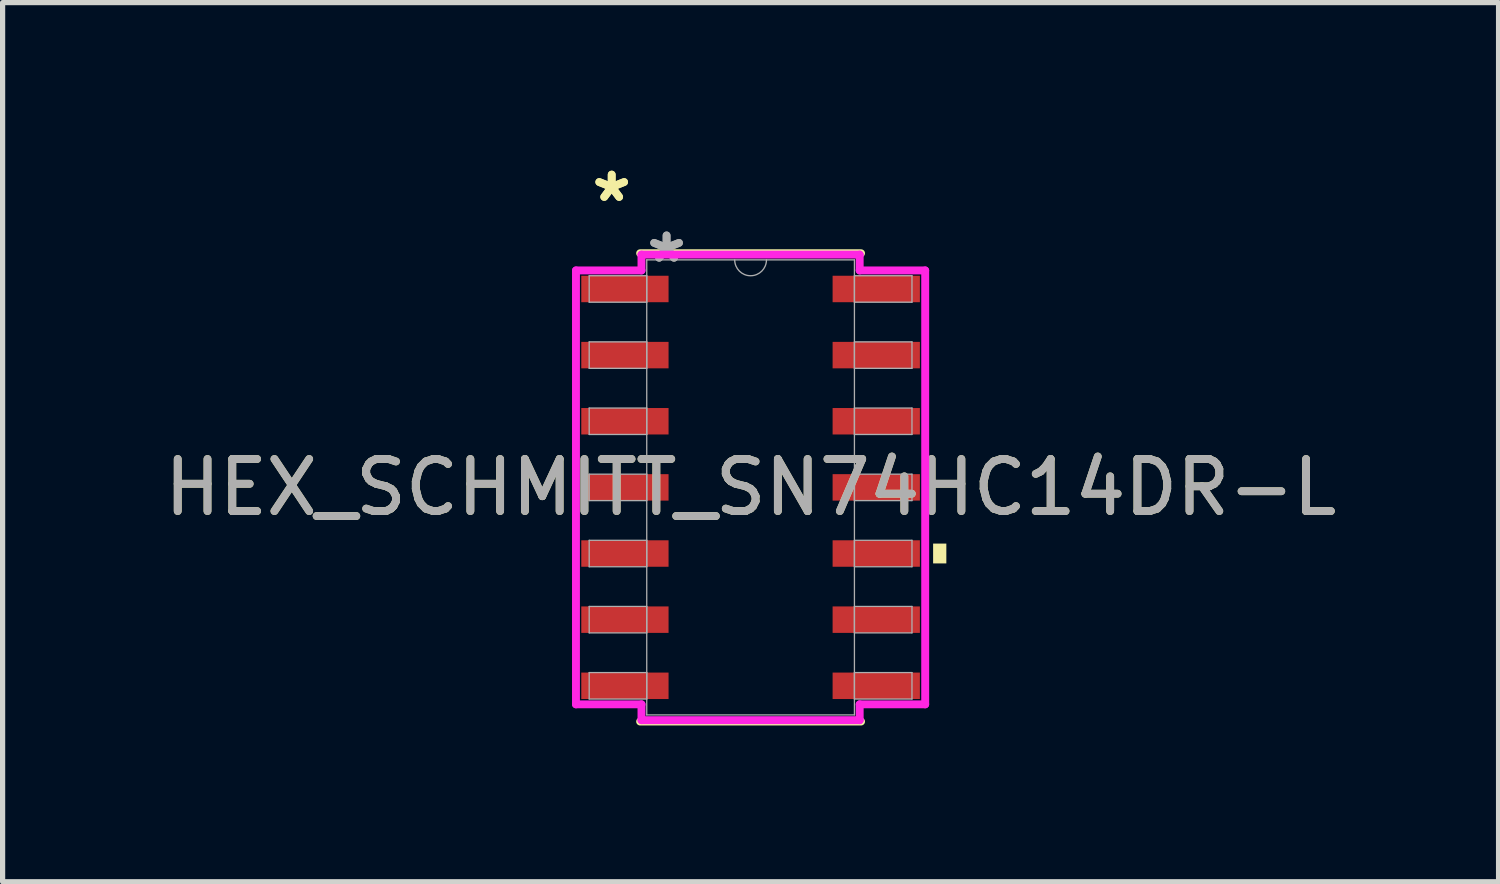
<source format=kicad_pcb>
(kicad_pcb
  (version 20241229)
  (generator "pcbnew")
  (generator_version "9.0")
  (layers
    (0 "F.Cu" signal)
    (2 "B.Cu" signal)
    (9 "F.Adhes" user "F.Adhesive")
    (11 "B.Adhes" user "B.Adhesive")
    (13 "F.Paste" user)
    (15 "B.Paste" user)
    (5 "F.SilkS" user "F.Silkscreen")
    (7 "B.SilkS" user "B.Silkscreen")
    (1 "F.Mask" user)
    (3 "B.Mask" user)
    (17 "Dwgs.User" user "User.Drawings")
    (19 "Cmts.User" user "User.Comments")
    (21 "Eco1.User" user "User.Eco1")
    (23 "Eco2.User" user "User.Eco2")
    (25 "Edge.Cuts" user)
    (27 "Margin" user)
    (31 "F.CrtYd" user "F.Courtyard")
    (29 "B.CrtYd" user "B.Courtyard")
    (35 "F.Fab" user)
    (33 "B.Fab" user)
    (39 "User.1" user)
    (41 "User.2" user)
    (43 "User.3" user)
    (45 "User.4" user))
  (footprint "HEX_SCHMITT_SN74HC14DR-L"
    (layer "F.Cu")
    (at 11.363 6.309)
    (property "Reference" "HEX_SCHMITT_SN74HC14DR-L" (at 0 0 0) (unlocked yes) (layer "F.SilkS") (effects (font (size 1 1) (thickness 0.15))))
    (attr smd)
    (fp_line (start -2.121 4.496) (end 2.121 4.496) (stroke (width 0.152) (type solid)) (layer "F.SilkS"))
    (fp_line (start 2.121 -4.496) (end -2.121 -4.496) (stroke (width 0.152) (type solid)) (layer "F.SilkS"))
    (fp_poly (pts (xy 3.759 1.079) (xy 3.759 1.46) (xy 3.505 1.46) (xy 3.505 1.079)) (stroke (width 0) (type solid)) (fill yes) (layer "F.SilkS"))
    (fp_line (start -3.353 -4.166) (end -2.095 -4.166) (stroke (width 0.152) (type solid)) (layer "F.CrtYd"))
    (fp_line (start -3.353 4.166) (end -3.353 -4.166) (stroke (width 0.152) (type solid)) (layer "F.CrtYd"))
    (fp_line (start -3.353 4.166) (end -2.095 4.166) (stroke (width 0.152) (type solid)) (layer "F.CrtYd"))
    (fp_line (start -2.095 -4.47) (end 2.095 -4.47) (stroke (width 0.152) (type solid)) (layer "F.CrtYd"))
    (fp_line (start -2.095 -4.166) (end -2.095 -4.47) (stroke (width 0.152) (type solid)) (layer "F.CrtYd"))
    (fp_line (start -2.095 4.47) (end -2.095 4.166) (stroke (width 0.152) (type solid)) (layer "F.CrtYd"))
    (fp_line (start 2.095 -4.47) (end 2.095 -4.166) (stroke (width 0.152) (type solid)) (layer "F.CrtYd"))
    (fp_line (start 2.095 4.166) (end 2.095 4.47) (stroke (width 0.152) (type solid)) (layer "F.CrtYd"))
    (fp_line (start 2.095 4.47) (end -2.095 4.47) (stroke (width 0.152) (type solid)) (layer "F.CrtYd"))
    (fp_line (start 3.353 -4.166) (end 2.095 -4.166) (stroke (width 0.152) (type solid)) (layer "F.CrtYd"))
    (fp_line (start 3.353 -4.166) (end 3.353 4.166) (stroke (width 0.152) (type solid)) (layer "F.CrtYd"))
    (fp_line (start 3.353 4.166) (end 2.095 4.166) (stroke (width 0.152) (type solid)) (layer "F.CrtYd"))
    (fp_line (start -3.099 -4.064) (end -3.099 -3.556) (stroke (width 0.025) (type solid)) (layer "F.Fab"))
    (fp_line (start -3.099 -3.556) (end -1.994 -3.556) (stroke (width 0.025) (type solid)) (layer "F.Fab"))
    (fp_line (start -3.099 -2.794) (end -3.099 -2.286) (stroke (width 0.025) (type solid)) (layer "F.Fab"))
    (fp_line (start -3.099 -2.286) (end -1.994 -2.286) (stroke (width 0.025) (type solid)) (layer "F.Fab"))
    (fp_line (start -3.099 -1.524) (end -3.099 -1.016) (stroke (width 0.025) (type solid)) (layer "F.Fab"))
    (fp_line (start -3.099 -1.016) (end -1.994 -1.016) (stroke (width 0.025) (type solid)) (layer "F.Fab"))
    (fp_line (start -3.099 -0.254) (end -3.099 0.254) (stroke (width 0.025) (type solid)) (layer "F.Fab"))
    (fp_line (start -3.099 0.254) (end -1.994 0.254) (stroke (width 0.025) (type solid)) (layer "F.Fab"))
    (fp_line (start -3.099 1.016) (end -3.099 1.524) (stroke (width 0.025) (type solid)) (layer "F.Fab"))
    (fp_line (start -3.099 1.524) (end -1.994 1.524) (stroke (width 0.025) (type solid)) (layer "F.Fab"))
    (fp_line (start -3.099 2.286) (end -3.099 2.794) (stroke (width 0.025) (type solid)) (layer "F.Fab"))
    (fp_line (start -3.099 2.794) (end -1.994 2.794) (stroke (width 0.025) (type solid)) (layer "F.Fab"))
    (fp_line (start -3.099 3.556) (end -3.099 4.064) (stroke (width 0.025) (type solid)) (layer "F.Fab"))
    (fp_line (start -3.099 4.064) (end -1.994 4.064) (stroke (width 0.025) (type solid)) (layer "F.Fab"))
    (fp_line (start -1.994 -4.369) (end -1.994 4.369) (stroke (width 0.025) (type solid)) (layer "F.Fab"))
    (fp_line (start -1.994 -4.064) (end -3.099 -4.064) (stroke (width 0.025) (type solid)) (layer "F.Fab"))
    (fp_line (start -1.994 -3.556) (end -1.994 -4.064) (stroke (width 0.025) (type solid)) (layer "F.Fab"))
    (fp_line (start -1.994 -2.794) (end -3.099 -2.794) (stroke (width 0.025) (type solid)) (layer "F.Fab"))
    (fp_line (start -1.994 -2.286) (end -1.994 -2.794) (stroke (width 0.025) (type solid)) (layer "F.Fab"))
    (fp_line (start -1.994 -1.524) (end -3.099 -1.524) (stroke (width 0.025) (type solid)) (layer "F.Fab"))
    (fp_line (start -1.994 -1.016) (end -1.994 -1.524) (stroke (width 0.025) (type solid)) (layer "F.Fab"))
    (fp_line (start -1.994 -0.254) (end -3.099 -0.254) (stroke (width 0.025) (type solid)) (layer "F.Fab"))
    (fp_line (start -1.994 0.254) (end -1.994 -0.254) (stroke (width 0.025) (type solid)) (layer "F.Fab"))
    (fp_line (start -1.994 1.016) (end -3.099 1.016) (stroke (width 0.025) (type solid)) (layer "F.Fab"))
    (fp_line (start -1.994 1.524) (end -1.994 1.016) (stroke (width 0.025) (type solid)) (layer "F.Fab"))
    (fp_line (start -1.994 2.286) (end -3.099 2.286) (stroke (width 0.025) (type solid)) (layer "F.Fab"))
    (fp_line (start -1.994 2.794) (end -1.994 2.286) (stroke (width 0.025) (type solid)) (layer "F.Fab"))
    (fp_line (start -1.994 3.556) (end -3.099 3.556) (stroke (width 0.025) (type solid)) (layer "F.Fab"))
    (fp_line (start -1.994 4.064) (end -1.994 3.556) (stroke (width 0.025) (type solid)) (layer "F.Fab"))
    (fp_line (start -1.994 4.369) (end 1.994 4.369) (stroke (width 0.025) (type solid)) (layer "F.Fab"))
    (fp_line (start 1.994 -4.369) (end -1.994 -4.369) (stroke (width 0.025) (type solid)) (layer "F.Fab"))
    (fp_line (start 1.994 -4.064) (end 1.994 -3.556) (stroke (width 0.025) (type solid)) (layer "F.Fab"))
    (fp_line (start 1.994 -3.556) (end 3.099 -3.556) (stroke (width 0.025) (type solid)) (layer "F.Fab"))
    (fp_line (start 1.994 -2.794) (end 1.994 -2.286) (stroke (width 0.025) (type solid)) (layer "F.Fab"))
    (fp_line (start 1.994 -2.286) (end 3.099 -2.286) (stroke (width 0.025) (type solid)) (layer "F.Fab"))
    (fp_line (start 1.994 -1.524) (end 1.994 -1.016) (stroke (width 0.025) (type solid)) (layer "F.Fab"))
    (fp_line (start 1.994 -1.016) (end 3.099 -1.016) (stroke (width 0.025) (type solid)) (layer "F.Fab"))
    (fp_line (start 1.994 -0.254) (end 1.994 0.254) (stroke (width 0.025) (type solid)) (layer "F.Fab"))
    (fp_line (start 1.994 0.254) (end 3.099 0.254) (stroke (width 0.025) (type solid)) (layer "F.Fab"))
    (fp_line (start 1.994 1.016) (end 1.994 1.524) (stroke (width 0.025) (type solid)) (layer "F.Fab"))
    (fp_line (start 1.994 1.524) (end 3.099 1.524) (stroke (width 0.025) (type solid)) (layer "F.Fab"))
    (fp_line (start 1.994 2.286) (end 1.994 2.794) (stroke (width 0.025) (type solid)) (layer "F.Fab"))
    (fp_line (start 1.994 2.794) (end 3.099 2.794) (stroke (width 0.025) (type solid)) (layer "F.Fab"))
    (fp_line (start 1.994 3.556) (end 1.994 4.064) (stroke (width 0.025) (type solid)) (layer "F.Fab"))
    (fp_line (start 1.994 4.064) (end 3.099 4.064) (stroke (width 0.025) (type solid)) (layer "F.Fab"))
    (fp_line (start 1.994 4.369) (end 1.994 -4.369) (stroke (width 0.025) (type solid)) (layer "F.Fab"))
    (fp_line (start 3.099 -4.064) (end 1.994 -4.064) (stroke (width 0.025) (type solid)) (layer "F.Fab"))
    (fp_line (start 3.099 -3.556) (end 3.099 -4.064) (stroke (width 0.025) (type solid)) (layer "F.Fab"))
    (fp_line (start 3.099 -2.794) (end 1.994 -2.794) (stroke (width 0.025) (type solid)) (layer "F.Fab"))
    (fp_line (start 3.099 -2.286) (end 3.099 -2.794) (stroke (width 0.025) (type solid)) (layer "F.Fab"))
    (fp_line (start 3.099 -1.524) (end 1.994 -1.524) (stroke (width 0.025) (type solid)) (layer "F.Fab"))
    (fp_line (start 3.099 -1.016) (end 3.099 -1.524) (stroke (width 0.025) (type solid)) (layer "F.Fab"))
    (fp_line (start 3.099 -0.254) (end 1.994 -0.254) (stroke (width 0.025) (type solid)) (layer "F.Fab"))
    (fp_line (start 3.099 0.254) (end 3.099 -0.254) (stroke (width 0.025) (type solid)) (layer "F.Fab"))
    (fp_line (start 3.099 1.016) (end 1.994 1.016) (stroke (width 0.025) (type solid)) (layer "F.Fab"))
    (fp_line (start 3.099 1.524) (end 3.099 1.016) (stroke (width 0.025) (type solid)) (layer "F.Fab"))
    (fp_line (start 3.099 2.286) (end 1.994 2.286) (stroke (width 0.025) (type solid)) (layer "F.Fab"))
    (fp_line (start 3.099 2.794) (end 3.099 2.286) (stroke (width 0.025) (type solid)) (layer "F.Fab"))
    (fp_line (start 3.099 3.556) (end 1.994 3.556) (stroke (width 0.025) (type solid)) (layer "F.Fab"))
    (fp_line (start 3.099 4.064) (end 3.099 3.556) (stroke (width 0.025) (type solid)) (layer "F.Fab"))
    (fp_arc (start 0.3048 -4.3688) (mid 0 -4.064) (end -0.3048 -4.3688) (stroke (width 0.0254) (type solid)) (layer "F.Fab"))
    (fp_text user "*" (at -2.667 -5.461 0) (layer "F.SilkS") (effects (font (size 1 1) (thickness 0.15))))
    (fp_text user "*" (at -2.667 -5.461 0) (unlocked yes) (layer "F.SilkS") (effects (font (size 1 1) (thickness 0.15))))
    (fp_text user "*" (at -1.613 -4.293 0) (layer "F.Fab") (effects (font (size 1 1) (thickness 0.15))))
    (fp_text user "${REFERENCE}" (at 0 0 0) (unlocked yes) (layer "F.Fab") (effects (font (size 1 1) (thickness 0.15))))
    (fp_text user "*" (at -1.613 -4.293 0) (unlocked yes) (layer "F.Fab") (effects (font (size 1 1) (thickness 0.15))))
    (pad "1" smd rect (at -2.413 -3.81) (size 1.676 0.508) (layers "F.Cu" "F.Mask" "F.Paste"))
    (pad "2" smd rect (at -2.413 -2.54) (size 1.676 0.508) (layers "F.Cu" "F.Mask" "F.Paste"))
    (pad "3" smd rect (at -2.413 -1.27) (size 1.676 0.508) (layers "F.Cu" "F.Mask" "F.Paste"))
    (pad "4" smd rect (at -2.413 0) (size 1.676 0.508) (layers "F.Cu" "F.Mask" "F.Paste"))
    (pad "5" smd rect (at -2.413 1.27) (size 1.676 0.508) (layers "F.Cu" "F.Mask" "F.Paste"))
    (pad "6" smd rect (at -2.413 2.54) (size 1.676 0.508) (layers "F.Cu" "F.Mask" "F.Paste"))
    (pad "7" smd rect (at -2.413 3.81) (size 1.676 0.508) (layers "F.Cu" "F.Mask" "F.Paste"))
    (pad "8" smd rect (at 2.413 3.81) (size 1.676 0.508) (layers "F.Cu" "F.Mask" "F.Paste"))
    (pad "9" smd rect (at 2.413 2.54) (size 1.676 0.508) (layers "F.Cu" "F.Mask" "F.Paste"))
    (pad "10" smd rect (at 2.413 1.27) (size 1.676 0.508) (layers "F.Cu" "F.Mask" "F.Paste"))
    (pad "11" smd rect (at 2.413 0) (size 1.676 0.508) (layers "F.Cu" "F.Mask" "F.Paste"))
    (pad "12" smd rect (at 2.413 -1.27) (size 1.676 0.508) (layers "F.Cu" "F.Mask" "F.Paste"))
    (pad "13" smd rect (at 2.413 -2.54) (size 1.676 0.508) (layers "F.Cu" "F.Mask" "F.Paste"))
    (pad "14" smd rect (at 2.413 -3.81) (size 1.676 0.508) (layers "F.Cu" "F.Mask" "F.Paste")))
  (gr_rect
    (start -3 -3)
    (end 25.726 13.881)
    (stroke (width 0.1) (type default))
    (fill no)
    (layer "Edge.Cuts")))
</source>
